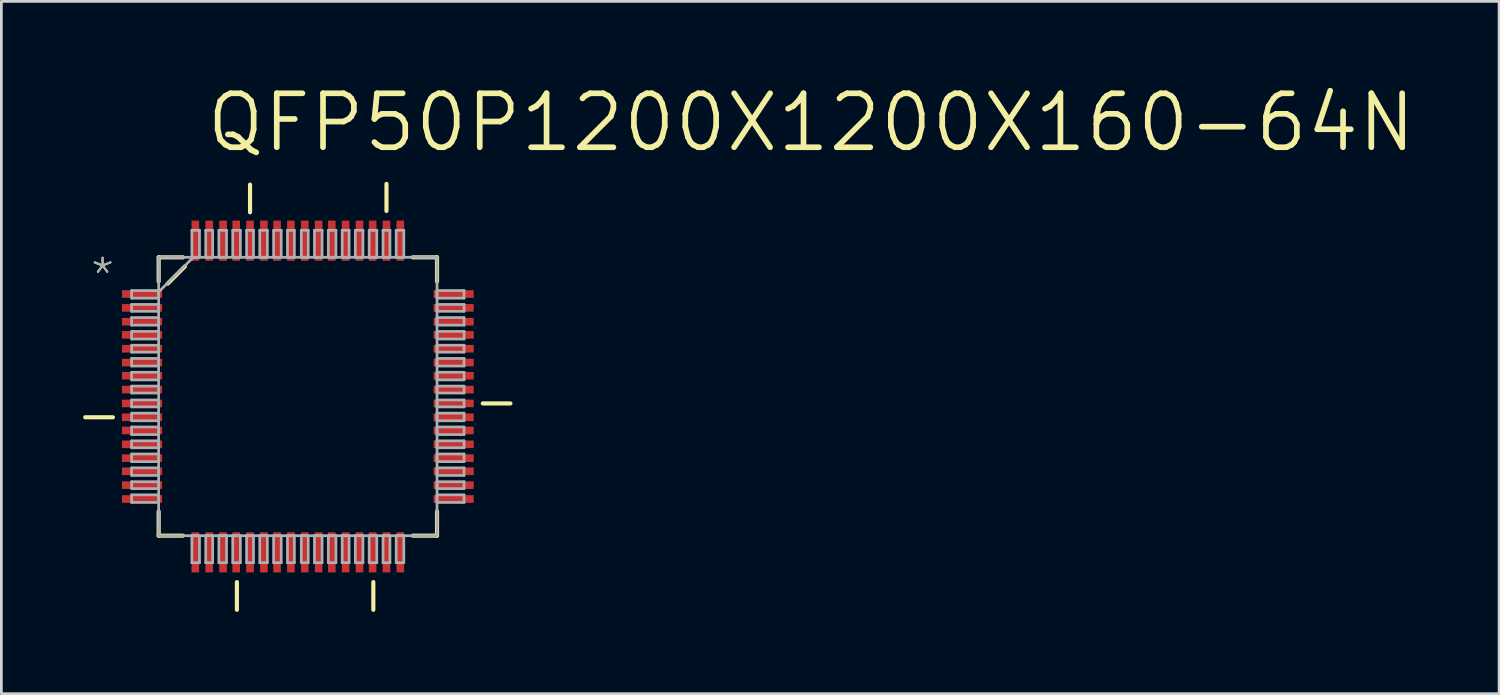
<source format=kicad_pcb>
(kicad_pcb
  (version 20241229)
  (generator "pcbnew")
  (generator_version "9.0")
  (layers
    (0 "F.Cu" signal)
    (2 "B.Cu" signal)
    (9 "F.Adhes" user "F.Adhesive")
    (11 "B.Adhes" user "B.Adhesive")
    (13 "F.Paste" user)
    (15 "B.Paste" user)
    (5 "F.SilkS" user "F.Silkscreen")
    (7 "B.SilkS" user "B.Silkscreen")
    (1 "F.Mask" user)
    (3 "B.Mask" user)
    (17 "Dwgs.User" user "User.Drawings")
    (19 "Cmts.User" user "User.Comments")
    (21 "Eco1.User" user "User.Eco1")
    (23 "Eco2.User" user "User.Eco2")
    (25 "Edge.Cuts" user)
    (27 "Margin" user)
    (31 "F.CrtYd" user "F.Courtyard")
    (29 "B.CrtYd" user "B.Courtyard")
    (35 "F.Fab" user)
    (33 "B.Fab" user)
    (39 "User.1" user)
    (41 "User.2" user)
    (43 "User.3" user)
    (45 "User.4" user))
  (footprint "QFP50P1200X1200X160-64N"
    (layer "F.Cu")
    (at 7.874 11.493)
    (property "Reference" "QFP50P1200X1200X160-64N" (at -3.454 -8.89 0) (layer "F.SilkS") (effects (font (size 1.979 1.979) (thickness 0.208)) (justify left bottom)))
    (attr through_hole)
    (fp_line (start -6.782 0.762) (end -7.798 0.762) (stroke (width 0.152) (type solid)) (layer "F.SilkS"))
    (fp_line (start -5.105 -5.105) (end -5.105 -4.216) (stroke (width 0.152) (type solid)) (layer "F.SilkS"))
    (fp_line (start -5.105 4.216) (end -5.105 5.105) (stroke (width 0.152) (type solid)) (layer "F.SilkS"))
    (fp_line (start -5.105 5.105) (end -4.216 5.105) (stroke (width 0.152) (type solid)) (layer "F.SilkS"))
    (fp_line (start -4.775 -4.14) (end -4.14 -4.775) (stroke (width 0.152) (type solid)) (layer "F.SilkS"))
    (fp_line (start -4.216 -5.105) (end -5.105 -5.105) (stroke (width 0.152) (type solid)) (layer "F.SilkS"))
    (fp_line (start -2.235 6.807) (end -2.235 7.823) (stroke (width 0.152) (type solid)) (layer "F.SilkS"))
    (fp_line (start -1.753 -6.756) (end -1.753 -7.772) (stroke (width 0.152) (type solid)) (layer "F.SilkS"))
    (fp_line (start 2.769 6.807) (end 2.769 7.823) (stroke (width 0.152) (type solid)) (layer "F.SilkS"))
    (fp_line (start 3.251 -6.807) (end 3.251 -7.798) (stroke (width 0.152) (type solid)) (layer "F.SilkS"))
    (fp_line (start 4.216 5.105) (end 5.105 5.105) (stroke (width 0.152) (type solid)) (layer "F.SilkS"))
    (fp_line (start 5.105 -5.105) (end 4.216 -5.105) (stroke (width 0.152) (type solid)) (layer "F.SilkS"))
    (fp_line (start 5.105 -4.216) (end 5.105 -5.105) (stroke (width 0.152) (type solid)) (layer "F.SilkS"))
    (fp_line (start 5.105 5.105) (end 5.105 4.216) (stroke (width 0.152) (type solid)) (layer "F.SilkS"))
    (fp_line (start 6.782 0.254) (end 7.798 0.254) (stroke (width 0.152) (type solid)) (layer "F.SilkS"))
    (fp_line (start -6.096 -3.886) (end -6.096 -3.607) (stroke (width 0.1) (type solid)) (layer "F.Fab"))
    (fp_line (start -6.096 -3.607) (end -5.105 -3.607) (stroke (width 0.1) (type solid)) (layer "F.Fab"))
    (fp_line (start -6.096 -3.378) (end -6.096 -3.124) (stroke (width 0.1) (type solid)) (layer "F.Fab"))
    (fp_line (start -6.096 -3.124) (end -5.105 -3.124) (stroke (width 0.1) (type solid)) (layer "F.Fab"))
    (fp_line (start -6.096 -2.896) (end -6.096 -2.616) (stroke (width 0.1) (type solid)) (layer "F.Fab"))
    (fp_line (start -6.096 -2.616) (end -5.105 -2.616) (stroke (width 0.1) (type solid)) (layer "F.Fab"))
    (fp_line (start -6.096 -2.388) (end -6.096 -2.108) (stroke (width 0.1) (type solid)) (layer "F.Fab"))
    (fp_line (start -6.096 -2.108) (end -5.105 -2.108) (stroke (width 0.1) (type solid)) (layer "F.Fab"))
    (fp_line (start -6.096 -1.88) (end -6.096 -1.626) (stroke (width 0.1) (type solid)) (layer "F.Fab"))
    (fp_line (start -6.096 -1.626) (end -5.105 -1.626) (stroke (width 0.1) (type solid)) (layer "F.Fab"))
    (fp_line (start -6.096 -1.397) (end -6.096 -1.118) (stroke (width 0.1) (type solid)) (layer "F.Fab"))
    (fp_line (start -6.096 -1.118) (end -5.105 -1.118) (stroke (width 0.1) (type solid)) (layer "F.Fab"))
    (fp_line (start -6.096 -0.889) (end -6.096 -0.61) (stroke (width 0.1) (type solid)) (layer "F.Fab"))
    (fp_line (start -6.096 -0.61) (end -5.105 -0.61) (stroke (width 0.1) (type solid)) (layer "F.Fab"))
    (fp_line (start -6.096 -0.381) (end -6.096 -0.127) (stroke (width 0.1) (type solid)) (layer "F.Fab"))
    (fp_line (start -6.096 -0.127) (end -5.105 -0.127) (stroke (width 0.1) (type solid)) (layer "F.Fab"))
    (fp_line (start -6.096 0.127) (end -6.096 0.381) (stroke (width 0.1) (type solid)) (layer "F.Fab"))
    (fp_line (start -6.096 0.381) (end -5.105 0.381) (stroke (width 0.1) (type solid)) (layer "F.Fab"))
    (fp_line (start -6.096 0.61) (end -6.096 0.889) (stroke (width 0.1) (type solid)) (layer "F.Fab"))
    (fp_line (start -6.096 0.889) (end -5.105 0.889) (stroke (width 0.1) (type solid)) (layer "F.Fab"))
    (fp_line (start -6.096 1.118) (end -6.096 1.397) (stroke (width 0.1) (type solid)) (layer "F.Fab"))
    (fp_line (start -6.096 1.397) (end -5.105 1.397) (stroke (width 0.1) (type solid)) (layer "F.Fab"))
    (fp_line (start -6.096 1.626) (end -6.096 1.88) (stroke (width 0.1) (type solid)) (layer "F.Fab"))
    (fp_line (start -6.096 1.88) (end -5.105 1.88) (stroke (width 0.1) (type solid)) (layer "F.Fab"))
    (fp_line (start -6.096 2.108) (end -6.096 2.388) (stroke (width 0.1) (type solid)) (layer "F.Fab"))
    (fp_line (start -6.096 2.388) (end -5.105 2.388) (stroke (width 0.1) (type solid)) (layer "F.Fab"))
    (fp_line (start -6.096 2.616) (end -6.096 2.896) (stroke (width 0.1) (type solid)) (layer "F.Fab"))
    (fp_line (start -6.096 2.896) (end -5.105 2.896) (stroke (width 0.1) (type solid)) (layer "F.Fab"))
    (fp_line (start -6.096 3.124) (end -6.096 3.378) (stroke (width 0.1) (type solid)) (layer "F.Fab"))
    (fp_line (start -6.096 3.378) (end -5.105 3.378) (stroke (width 0.1) (type solid)) (layer "F.Fab"))
    (fp_line (start -6.096 3.607) (end -6.096 3.886) (stroke (width 0.1) (type solid)) (layer "F.Fab"))
    (fp_line (start -6.096 3.886) (end -5.105 3.886) (stroke (width 0.1) (type solid)) (layer "F.Fab"))
    (fp_line (start -5.105 -5.105) (end -5.105 5.105) (stroke (width 0.1) (type solid)) (layer "F.Fab"))
    (fp_line (start -5.105 -3.886) (end -6.096 -3.886) (stroke (width 0.1) (type solid)) (layer "F.Fab"))
    (fp_line (start -5.105 -3.835) (end -5.105 -3.886) (stroke (width 0.1) (type solid)) (layer "F.Fab"))
    (fp_line (start -5.105 -3.835) (end -3.835 -5.105) (stroke (width 0.1) (type solid)) (layer "F.Fab"))
    (fp_line (start -5.105 -3.607) (end -5.105 -3.835) (stroke (width 0.1) (type solid)) (layer "F.Fab"))
    (fp_line (start -5.105 -3.378) (end -6.096 -3.378) (stroke (width 0.1) (type solid)) (layer "F.Fab"))
    (fp_line (start -5.105 -3.124) (end -5.105 -3.378) (stroke (width 0.1) (type solid)) (layer "F.Fab"))
    (fp_line (start -5.105 -2.896) (end -6.096 -2.896) (stroke (width 0.1) (type solid)) (layer "F.Fab"))
    (fp_line (start -5.105 -2.616) (end -5.105 -2.896) (stroke (width 0.1) (type solid)) (layer "F.Fab"))
    (fp_line (start -5.105 -2.388) (end -6.096 -2.388) (stroke (width 0.1) (type solid)) (layer "F.Fab"))
    (fp_line (start -5.105 -2.108) (end -5.105 -2.388) (stroke (width 0.1) (type solid)) (layer "F.Fab"))
    (fp_line (start -5.105 -1.88) (end -6.096 -1.88) (stroke (width 0.1) (type solid)) (layer "F.Fab"))
    (fp_line (start -5.105 -1.626) (end -5.105 -1.88) (stroke (width 0.1) (type solid)) (layer "F.Fab"))
    (fp_line (start -5.105 -1.397) (end -6.096 -1.397) (stroke (width 0.1) (type solid)) (layer "F.Fab"))
    (fp_line (start -5.105 -1.118) (end -5.105 -1.397) (stroke (width 0.1) (type solid)) (layer "F.Fab"))
    (fp_line (start -5.105 -0.889) (end -6.096 -0.889) (stroke (width 0.1) (type solid)) (layer "F.Fab"))
    (fp_line (start -5.105 -0.61) (end -5.105 -0.889) (stroke (width 0.1) (type solid)) (layer "F.Fab"))
    (fp_line (start -5.105 -0.381) (end -6.096 -0.381) (stroke (width 0.1) (type solid)) (layer "F.Fab"))
    (fp_line (start -5.105 -0.127) (end -5.105 -0.381) (stroke (width 0.1) (type solid)) (layer "F.Fab"))
    (fp_line (start -5.105 0.127) (end -6.096 0.127) (stroke (width 0.1) (type solid)) (layer "F.Fab"))
    (fp_line (start -5.105 0.381) (end -5.105 0.127) (stroke (width 0.1) (type solid)) (layer "F.Fab"))
    (fp_line (start -5.105 0.61) (end -6.096 0.61) (stroke (width 0.1) (type solid)) (layer "F.Fab"))
    (fp_line (start -5.105 0.889) (end -5.105 0.61) (stroke (width 0.1) (type solid)) (layer "F.Fab"))
    (fp_line (start -5.105 1.118) (end -6.096 1.118) (stroke (width 0.1) (type solid)) (layer "F.Fab"))
    (fp_line (start -5.105 1.397) (end -5.105 1.118) (stroke (width 0.1) (type solid)) (layer "F.Fab"))
    (fp_line (start -5.105 1.626) (end -6.096 1.626) (stroke (width 0.1) (type solid)) (layer "F.Fab"))
    (fp_line (start -5.105 1.88) (end -5.105 1.626) (stroke (width 0.1) (type solid)) (layer "F.Fab"))
    (fp_line (start -5.105 2.108) (end -6.096 2.108) (stroke (width 0.1) (type solid)) (layer "F.Fab"))
    (fp_line (start -5.105 2.388) (end -5.105 2.108) (stroke (width 0.1) (type solid)) (layer "F.Fab"))
    (fp_line (start -5.105 2.616) (end -6.096 2.616) (stroke (width 0.1) (type solid)) (layer "F.Fab"))
    (fp_line (start -5.105 2.896) (end -5.105 2.616) (stroke (width 0.1) (type solid)) (layer "F.Fab"))
    (fp_line (start -5.105 3.124) (end -6.096 3.124) (stroke (width 0.1) (type solid)) (layer "F.Fab"))
    (fp_line (start -5.105 3.378) (end -5.105 3.124) (stroke (width 0.1) (type solid)) (layer "F.Fab"))
    (fp_line (start -5.105 3.607) (end -6.096 3.607) (stroke (width 0.1) (type solid)) (layer "F.Fab"))
    (fp_line (start -5.105 3.886) (end -5.105 3.607) (stroke (width 0.1) (type solid)) (layer "F.Fab"))
    (fp_line (start -5.105 5.105) (end 5.105 5.105) (stroke (width 0.1) (type solid)) (layer "F.Fab"))
    (fp_line (start -3.886 -6.096) (end -3.886 -5.105) (stroke (width 0.1) (type solid)) (layer "F.Fab"))
    (fp_line (start -3.886 -5.105) (end -3.835 -5.105) (stroke (width 0.1) (type solid)) (layer "F.Fab"))
    (fp_line (start -3.886 5.105) (end -3.886 6.096) (stroke (width 0.1) (type solid)) (layer "F.Fab"))
    (fp_line (start -3.886 6.096) (end -3.607 6.096) (stroke (width 0.1) (type solid)) (layer "F.Fab"))
    (fp_line (start -3.835 -5.105) (end -3.607 -5.105) (stroke (width 0.1) (type solid)) (layer "F.Fab"))
    (fp_line (start -3.607 -6.096) (end -3.886 -6.096) (stroke (width 0.1) (type solid)) (layer "F.Fab"))
    (fp_line (start -3.607 -5.105) (end -3.607 -6.096) (stroke (width 0.1) (type solid)) (layer "F.Fab"))
    (fp_line (start -3.607 5.105) (end -3.886 5.105) (stroke (width 0.1) (type solid)) (layer "F.Fab"))
    (fp_line (start -3.607 6.096) (end -3.607 5.105) (stroke (width 0.1) (type solid)) (layer "F.Fab"))
    (fp_line (start -3.378 -6.096) (end -3.378 -5.105) (stroke (width 0.1) (type solid)) (layer "F.Fab"))
    (fp_line (start -3.378 -5.105) (end -3.124 -5.105) (stroke (width 0.1) (type solid)) (layer "F.Fab"))
    (fp_line (start -3.378 5.105) (end -3.378 6.096) (stroke (width 0.1) (type solid)) (layer "F.Fab"))
    (fp_line (start -3.378 6.096) (end -3.124 6.096) (stroke (width 0.1) (type solid)) (layer "F.Fab"))
    (fp_line (start -3.124 -6.096) (end -3.378 -6.096) (stroke (width 0.1) (type solid)) (layer "F.Fab"))
    (fp_line (start -3.124 -5.105) (end -3.124 -6.096) (stroke (width 0.1) (type solid)) (layer "F.Fab"))
    (fp_line (start -3.124 5.105) (end -3.378 5.105) (stroke (width 0.1) (type solid)) (layer "F.Fab"))
    (fp_line (start -3.124 6.096) (end -3.124 5.105) (stroke (width 0.1) (type solid)) (layer "F.Fab"))
    (fp_line (start -2.896 -6.096) (end -2.896 -5.105) (stroke (width 0.1) (type solid)) (layer "F.Fab"))
    (fp_line (start -2.896 -5.105) (end -2.616 -5.105) (stroke (width 0.1) (type solid)) (layer "F.Fab"))
    (fp_line (start -2.896 5.105) (end -2.896 6.096) (stroke (width 0.1) (type solid)) (layer "F.Fab"))
    (fp_line (start -2.896 6.096) (end -2.616 6.096) (stroke (width 0.1) (type solid)) (layer "F.Fab"))
    (fp_line (start -2.616 -6.096) (end -2.896 -6.096) (stroke (width 0.1) (type solid)) (layer "F.Fab"))
    (fp_line (start -2.616 -5.105) (end -2.616 -6.096) (stroke (width 0.1) (type solid)) (layer "F.Fab"))
    (fp_line (start -2.616 5.105) (end -2.896 5.105) (stroke (width 0.1) (type solid)) (layer "F.Fab"))
    (fp_line (start -2.616 6.096) (end -2.616 5.105) (stroke (width 0.1) (type solid)) (layer "F.Fab"))
    (fp_line (start -2.388 -6.096) (end -2.388 -5.105) (stroke (width 0.1) (type solid)) (layer "F.Fab"))
    (fp_line (start -2.388 -5.105) (end -2.108 -5.105) (stroke (width 0.1) (type solid)) (layer "F.Fab"))
    (fp_line (start -2.388 5.105) (end -2.388 6.096) (stroke (width 0.1) (type solid)) (layer "F.Fab"))
    (fp_line (start -2.388 6.096) (end -2.108 6.096) (stroke (width 0.1) (type solid)) (layer "F.Fab"))
    (fp_line (start -2.108 -6.096) (end -2.388 -6.096) (stroke (width 0.1) (type solid)) (layer "F.Fab"))
    (fp_line (start -2.108 -5.105) (end -2.108 -6.096) (stroke (width 0.1) (type solid)) (layer "F.Fab"))
    (fp_line (start -2.108 5.105) (end -2.388 5.105) (stroke (width 0.1) (type solid)) (layer "F.Fab"))
    (fp_line (start -2.108 6.096) (end -2.108 5.105) (stroke (width 0.1) (type solid)) (layer "F.Fab"))
    (fp_line (start -1.88 -6.096) (end -1.88 -5.105) (stroke (width 0.1) (type solid)) (layer "F.Fab"))
    (fp_line (start -1.88 -5.105) (end -1.626 -5.105) (stroke (width 0.1) (type solid)) (layer "F.Fab"))
    (fp_line (start -1.88 5.105) (end -1.88 6.096) (stroke (width 0.1) (type solid)) (layer "F.Fab"))
    (fp_line (start -1.88 6.096) (end -1.626 6.096) (stroke (width 0.1) (type solid)) (layer "F.Fab"))
    (fp_line (start -1.626 -6.096) (end -1.88 -6.096) (stroke (width 0.1) (type solid)) (layer "F.Fab"))
    (fp_line (start -1.626 -5.105) (end -1.626 -6.096) (stroke (width 0.1) (type solid)) (layer "F.Fab"))
    (fp_line (start -1.626 5.105) (end -1.88 5.105) (stroke (width 0.1) (type solid)) (layer "F.Fab"))
    (fp_line (start -1.626 6.096) (end -1.626 5.105) (stroke (width 0.1) (type solid)) (layer "F.Fab"))
    (fp_line (start -1.397 -6.096) (end -1.397 -5.105) (stroke (width 0.1) (type solid)) (layer "F.Fab"))
    (fp_line (start -1.397 -5.105) (end -1.118 -5.105) (stroke (width 0.1) (type solid)) (layer "F.Fab"))
    (fp_line (start -1.397 5.105) (end -1.397 6.096) (stroke (width 0.1) (type solid)) (layer "F.Fab"))
    (fp_line (start -1.397 6.096) (end -1.118 6.096) (stroke (width 0.1) (type solid)) (layer "F.Fab"))
    (fp_line (start -1.118 -6.096) (end -1.397 -6.096) (stroke (width 0.1) (type solid)) (layer "F.Fab"))
    (fp_line (start -1.118 -5.105) (end -1.118 -6.096) (stroke (width 0.1) (type solid)) (layer "F.Fab"))
    (fp_line (start -1.118 5.105) (end -1.397 5.105) (stroke (width 0.1) (type solid)) (layer "F.Fab"))
    (fp_line (start -1.118 6.096) (end -1.118 5.105) (stroke (width 0.1) (type solid)) (layer "F.Fab"))
    (fp_line (start -0.889 -6.096) (end -0.889 -5.105) (stroke (width 0.1) (type solid)) (layer "F.Fab"))
    (fp_line (start -0.889 -5.105) (end -0.61 -5.105) (stroke (width 0.1) (type solid)) (layer "F.Fab"))
    (fp_line (start -0.889 5.105) (end -0.889 6.096) (stroke (width 0.1) (type solid)) (layer "F.Fab"))
    (fp_line (start -0.889 6.096) (end -0.61 6.096) (stroke (width 0.1) (type solid)) (layer "F.Fab"))
    (fp_line (start -0.61 -6.096) (end -0.889 -6.096) (stroke (width 0.1) (type solid)) (layer "F.Fab"))
    (fp_line (start -0.61 -5.105) (end -0.61 -6.096) (stroke (width 0.1) (type solid)) (layer "F.Fab"))
    (fp_line (start -0.61 5.105) (end -0.889 5.105) (stroke (width 0.1) (type solid)) (layer "F.Fab"))
    (fp_line (start -0.61 6.096) (end -0.61 5.105) (stroke (width 0.1) (type solid)) (layer "F.Fab"))
    (fp_line (start -0.381 -6.096) (end -0.381 -5.105) (stroke (width 0.1) (type solid)) (layer "F.Fab"))
    (fp_line (start -0.381 -5.105) (end -0.127 -5.105) (stroke (width 0.1) (type solid)) (layer "F.Fab"))
    (fp_line (start -0.381 5.105) (end -0.381 6.096) (stroke (width 0.1) (type solid)) (layer "F.Fab"))
    (fp_line (start -0.381 6.096) (end -0.127 6.096) (stroke (width 0.1) (type solid)) (layer "F.Fab"))
    (fp_line (start -0.127 -6.096) (end -0.381 -6.096) (stroke (width 0.1) (type solid)) (layer "F.Fab"))
    (fp_line (start -0.127 -5.105) (end -0.127 -6.096) (stroke (width 0.1) (type solid)) (layer "F.Fab"))
    (fp_line (start -0.127 5.105) (end -0.381 5.105) (stroke (width 0.1) (type solid)) (layer "F.Fab"))
    (fp_line (start -0.127 6.096) (end -0.127 5.105) (stroke (width 0.1) (type solid)) (layer "F.Fab"))
    (fp_line (start 0.127 -6.096) (end 0.127 -5.105) (stroke (width 0.1) (type solid)) (layer "F.Fab"))
    (fp_line (start 0.127 -5.105) (end 0.381 -5.105) (stroke (width 0.1) (type solid)) (layer "F.Fab"))
    (fp_line (start 0.127 5.105) (end 0.127 6.096) (stroke (width 0.1) (type solid)) (layer "F.Fab"))
    (fp_line (start 0.127 6.096) (end 0.381 6.096) (stroke (width 0.1) (type solid)) (layer "F.Fab"))
    (fp_line (start 0.381 -6.096) (end 0.127 -6.096) (stroke (width 0.1) (type solid)) (layer "F.Fab"))
    (fp_line (start 0.381 -5.105) (end 0.381 -6.096) (stroke (width 0.1) (type solid)) (layer "F.Fab"))
    (fp_line (start 0.381 5.105) (end 0.127 5.105) (stroke (width 0.1) (type solid)) (layer "F.Fab"))
    (fp_line (start 0.381 6.096) (end 0.381 5.105) (stroke (width 0.1) (type solid)) (layer "F.Fab"))
    (fp_line (start 0.61 -6.096) (end 0.61 -5.105) (stroke (width 0.1) (type solid)) (layer "F.Fab"))
    (fp_line (start 0.61 -5.105) (end 0.889 -5.105) (stroke (width 0.1) (type solid)) (layer "F.Fab"))
    (fp_line (start 0.61 5.105) (end 0.61 6.096) (stroke (width 0.1) (type solid)) (layer "F.Fab"))
    (fp_line (start 0.61 6.096) (end 0.889 6.096) (stroke (width 0.1) (type solid)) (layer "F.Fab"))
    (fp_line (start 0.889 -6.096) (end 0.61 -6.096) (stroke (width 0.1) (type solid)) (layer "F.Fab"))
    (fp_line (start 0.889 -5.105) (end 0.889 -6.096) (stroke (width 0.1) (type solid)) (layer "F.Fab"))
    (fp_line (start 0.889 5.105) (end 0.61 5.105) (stroke (width 0.1) (type solid)) (layer "F.Fab"))
    (fp_line (start 0.889 6.096) (end 0.889 5.105) (stroke (width 0.1) (type solid)) (layer "F.Fab"))
    (fp_line (start 1.118 -6.096) (end 1.118 -5.105) (stroke (width 0.1) (type solid)) (layer "F.Fab"))
    (fp_line (start 1.118 -5.105) (end 1.397 -5.105) (stroke (width 0.1) (type solid)) (layer "F.Fab"))
    (fp_line (start 1.118 5.105) (end 1.118 6.096) (stroke (width 0.1) (type solid)) (layer "F.Fab"))
    (fp_line (start 1.118 6.096) (end 1.397 6.096) (stroke (width 0.1) (type solid)) (layer "F.Fab"))
    (fp_line (start 1.397 -6.096) (end 1.118 -6.096) (stroke (width 0.1) (type solid)) (layer "F.Fab"))
    (fp_line (start 1.397 -5.105) (end 1.397 -6.096) (stroke (width 0.1) (type solid)) (layer "F.Fab"))
    (fp_line (start 1.397 5.105) (end 1.118 5.105) (stroke (width 0.1) (type solid)) (layer "F.Fab"))
    (fp_line (start 1.397 6.096) (end 1.397 5.105) (stroke (width 0.1) (type solid)) (layer "F.Fab"))
    (fp_line (start 1.626 -6.096) (end 1.626 -5.105) (stroke (width 0.1) (type solid)) (layer "F.Fab"))
    (fp_line (start 1.626 -5.105) (end 1.88 -5.105) (stroke (width 0.1) (type solid)) (layer "F.Fab"))
    (fp_line (start 1.626 5.105) (end 1.626 6.096) (stroke (width 0.1) (type solid)) (layer "F.Fab"))
    (fp_line (start 1.626 6.096) (end 1.88 6.096) (stroke (width 0.1) (type solid)) (layer "F.Fab"))
    (fp_line (start 1.88 -6.096) (end 1.626 -6.096) (stroke (width 0.1) (type solid)) (layer "F.Fab"))
    (fp_line (start 1.88 -5.105) (end 1.88 -6.096) (stroke (width 0.1) (type solid)) (layer "F.Fab"))
    (fp_line (start 1.88 5.105) (end 1.626 5.105) (stroke (width 0.1) (type solid)) (layer "F.Fab"))
    (fp_line (start 1.88 6.096) (end 1.88 5.105) (stroke (width 0.1) (type solid)) (layer "F.Fab"))
    (fp_line (start 2.108 -6.096) (end 2.108 -5.105) (stroke (width 0.1) (type solid)) (layer "F.Fab"))
    (fp_line (start 2.108 -5.105) (end 2.388 -5.105) (stroke (width 0.1) (type solid)) (layer "F.Fab"))
    (fp_line (start 2.108 5.105) (end 2.108 6.096) (stroke (width 0.1) (type solid)) (layer "F.Fab"))
    (fp_line (start 2.108 6.096) (end 2.388 6.096) (stroke (width 0.1) (type solid)) (layer "F.Fab"))
    (fp_line (start 2.388 -6.096) (end 2.108 -6.096) (stroke (width 0.1) (type solid)) (layer "F.Fab"))
    (fp_line (start 2.388 -5.105) (end 2.388 -6.096) (stroke (width 0.1) (type solid)) (layer "F.Fab"))
    (fp_line (start 2.388 5.105) (end 2.108 5.105) (stroke (width 0.1) (type solid)) (layer "F.Fab"))
    (fp_line (start 2.388 6.096) (end 2.388 5.105) (stroke (width 0.1) (type solid)) (layer "F.Fab"))
    (fp_line (start 2.616 -6.096) (end 2.616 -5.105) (stroke (width 0.1) (type solid)) (layer "F.Fab"))
    (fp_line (start 2.616 -5.105) (end 2.896 -5.105) (stroke (width 0.1) (type solid)) (layer "F.Fab"))
    (fp_line (start 2.616 5.105) (end 2.616 6.096) (stroke (width 0.1) (type solid)) (layer "F.Fab"))
    (fp_line (start 2.616 6.096) (end 2.896 6.096) (stroke (width 0.1) (type solid)) (layer "F.Fab"))
    (fp_line (start 2.896 -6.096) (end 2.616 -6.096) (stroke (width 0.1) (type solid)) (layer "F.Fab"))
    (fp_line (start 2.896 -5.105) (end 2.896 -6.096) (stroke (width 0.1) (type solid)) (layer "F.Fab"))
    (fp_line (start 2.896 5.105) (end 2.616 5.105) (stroke (width 0.1) (type solid)) (layer "F.Fab"))
    (fp_line (start 2.896 6.096) (end 2.896 5.105) (stroke (width 0.1) (type solid)) (layer "F.Fab"))
    (fp_line (start 3.124 -6.096) (end 3.124 -5.105) (stroke (width 0.1) (type solid)) (layer "F.Fab"))
    (fp_line (start 3.124 -5.105) (end 3.378 -5.105) (stroke (width 0.1) (type solid)) (layer "F.Fab"))
    (fp_line (start 3.124 5.105) (end 3.124 6.096) (stroke (width 0.1) (type solid)) (layer "F.Fab"))
    (fp_line (start 3.124 6.096) (end 3.378 6.096) (stroke (width 0.1) (type solid)) (layer "F.Fab"))
    (fp_line (start 3.378 -6.096) (end 3.124 -6.096) (stroke (width 0.1) (type solid)) (layer "F.Fab"))
    (fp_line (start 3.378 -5.105) (end 3.378 -6.096) (stroke (width 0.1) (type solid)) (layer "F.Fab"))
    (fp_line (start 3.378 5.105) (end 3.124 5.105) (stroke (width 0.1) (type solid)) (layer "F.Fab"))
    (fp_line (start 3.378 6.096) (end 3.378 5.105) (stroke (width 0.1) (type solid)) (layer "F.Fab"))
    (fp_line (start 3.607 -6.096) (end 3.607 -5.105) (stroke (width 0.1) (type solid)) (layer "F.Fab"))
    (fp_line (start 3.607 -5.105) (end 3.886 -5.105) (stroke (width 0.1) (type solid)) (layer "F.Fab"))
    (fp_line (start 3.607 5.105) (end 3.607 6.096) (stroke (width 0.1) (type solid)) (layer "F.Fab"))
    (fp_line (start 3.607 6.096) (end 3.886 6.096) (stroke (width 0.1) (type solid)) (layer "F.Fab"))
    (fp_line (start 3.886 -6.096) (end 3.607 -6.096) (stroke (width 0.1) (type solid)) (layer "F.Fab"))
    (fp_line (start 3.886 -5.105) (end 3.886 -6.096) (stroke (width 0.1) (type solid)) (layer "F.Fab"))
    (fp_line (start 3.886 5.105) (end 3.607 5.105) (stroke (width 0.1) (type solid)) (layer "F.Fab"))
    (fp_line (start 3.886 6.096) (end 3.886 5.105) (stroke (width 0.1) (type solid)) (layer "F.Fab"))
    (fp_line (start 5.105 -5.105) (end -5.105 -5.105) (stroke (width 0.1) (type solid)) (layer "F.Fab"))
    (fp_line (start 5.105 -3.886) (end 5.105 -3.607) (stroke (width 0.1) (type solid)) (layer "F.Fab"))
    (fp_line (start 5.105 -3.607) (end 6.096 -3.607) (stroke (width 0.1) (type solid)) (layer "F.Fab"))
    (fp_line (start 5.105 -3.378) (end 5.105 -3.124) (stroke (width 0.1) (type solid)) (layer "F.Fab"))
    (fp_line (start 5.105 -3.124) (end 6.096 -3.124) (stroke (width 0.1) (type solid)) (layer "F.Fab"))
    (fp_line (start 5.105 -2.896) (end 5.105 -2.616) (stroke (width 0.1) (type solid)) (layer "F.Fab"))
    (fp_line (start 5.105 -2.616) (end 6.096 -2.616) (stroke (width 0.1) (type solid)) (layer "F.Fab"))
    (fp_line (start 5.105 -2.388) (end 5.105 -2.108) (stroke (width 0.1) (type solid)) (layer "F.Fab"))
    (fp_line (start 5.105 -2.108) (end 6.096 -2.108) (stroke (width 0.1) (type solid)) (layer "F.Fab"))
    (fp_line (start 5.105 -1.88) (end 5.105 -1.626) (stroke (width 0.1) (type solid)) (layer "F.Fab"))
    (fp_line (start 5.105 -1.626) (end 6.096 -1.626) (stroke (width 0.1) (type solid)) (layer "F.Fab"))
    (fp_line (start 5.105 -1.397) (end 5.105 -1.118) (stroke (width 0.1) (type solid)) (layer "F.Fab"))
    (fp_line (start 5.105 -1.118) (end 6.096 -1.118) (stroke (width 0.1) (type solid)) (layer "F.Fab"))
    (fp_line (start 5.105 -0.889) (end 5.105 -0.61) (stroke (width 0.1) (type solid)) (layer "F.Fab"))
    (fp_line (start 5.105 -0.61) (end 6.096 -0.61) (stroke (width 0.1) (type solid)) (layer "F.Fab"))
    (fp_line (start 5.105 -0.381) (end 5.105 -0.127) (stroke (width 0.1) (type solid)) (layer "F.Fab"))
    (fp_line (start 5.105 -0.127) (end 6.096 -0.127) (stroke (width 0.1) (type solid)) (layer "F.Fab"))
    (fp_line (start 5.105 0.127) (end 5.105 0.381) (stroke (width 0.1) (type solid)) (layer "F.Fab"))
    (fp_line (start 5.105 0.381) (end 6.096 0.381) (stroke (width 0.1) (type solid)) (layer "F.Fab"))
    (fp_line (start 5.105 0.61) (end 5.105 0.889) (stroke (width 0.1) (type solid)) (layer "F.Fab"))
    (fp_line (start 5.105 0.889) (end 6.096 0.889) (stroke (width 0.1) (type solid)) (layer "F.Fab"))
    (fp_line (start 5.105 1.118) (end 5.105 1.397) (stroke (width 0.1) (type solid)) (layer "F.Fab"))
    (fp_line (start 5.105 1.397) (end 6.096 1.397) (stroke (width 0.1) (type solid)) (layer "F.Fab"))
    (fp_line (start 5.105 1.626) (end 5.105 1.88) (stroke (width 0.1) (type solid)) (layer "F.Fab"))
    (fp_line (start 5.105 1.88) (end 6.096 1.88) (stroke (width 0.1) (type solid)) (layer "F.Fab"))
    (fp_line (start 5.105 2.108) (end 5.105 2.388) (stroke (width 0.1) (type solid)) (layer "F.Fab"))
    (fp_line (start 5.105 2.388) (end 6.096 2.388) (stroke (width 0.1) (type solid)) (layer "F.Fab"))
    (fp_line (start 5.105 2.616) (end 5.105 2.896) (stroke (width 0.1) (type solid)) (layer "F.Fab"))
    (fp_line (start 5.105 2.896) (end 6.096 2.896) (stroke (width 0.1) (type solid)) (layer "F.Fab"))
    (fp_line (start 5.105 3.124) (end 5.105 3.378) (stroke (width 0.1) (type solid)) (layer "F.Fab"))
    (fp_line (start 5.105 3.378) (end 6.096 3.378) (stroke (width 0.1) (type solid)) (layer "F.Fab"))
    (fp_line (start 5.105 3.607) (end 5.105 3.886) (stroke (width 0.1) (type solid)) (layer "F.Fab"))
    (fp_line (start 5.105 3.886) (end 6.096 3.886) (stroke (width 0.1) (type solid)) (layer "F.Fab"))
    (fp_line (start 5.105 5.105) (end 5.105 -5.105) (stroke (width 0.1) (type solid)) (layer "F.Fab"))
    (fp_line (start 6.096 -3.886) (end 5.105 -3.886) (stroke (width 0.1) (type solid)) (layer "F.Fab"))
    (fp_line (start 6.096 -3.607) (end 6.096 -3.886) (stroke (width 0.1) (type solid)) (layer "F.Fab"))
    (fp_line (start 6.096 -3.378) (end 5.105 -3.378) (stroke (width 0.1) (type solid)) (layer "F.Fab"))
    (fp_line (start 6.096 -3.124) (end 6.096 -3.378) (stroke (width 0.1) (type solid)) (layer "F.Fab"))
    (fp_line (start 6.096 -2.896) (end 5.105 -2.896) (stroke (width 0.1) (type solid)) (layer "F.Fab"))
    (fp_line (start 6.096 -2.616) (end 6.096 -2.896) (stroke (width 0.1) (type solid)) (layer "F.Fab"))
    (fp_line (start 6.096 -2.388) (end 5.105 -2.388) (stroke (width 0.1) (type solid)) (layer "F.Fab"))
    (fp_line (start 6.096 -2.108) (end 6.096 -2.388) (stroke (width 0.1) (type solid)) (layer "F.Fab"))
    (fp_line (start 6.096 -1.88) (end 5.105 -1.88) (stroke (width 0.1) (type solid)) (layer "F.Fab"))
    (fp_line (start 6.096 -1.626) (end 6.096 -1.88) (stroke (width 0.1) (type solid)) (layer "F.Fab"))
    (fp_line (start 6.096 -1.397) (end 5.105 -1.397) (stroke (width 0.1) (type solid)) (layer "F.Fab"))
    (fp_line (start 6.096 -1.118) (end 6.096 -1.397) (stroke (width 0.1) (type solid)) (layer "F.Fab"))
    (fp_line (start 6.096 -0.889) (end 5.105 -0.889) (stroke (width 0.1) (type solid)) (layer "F.Fab"))
    (fp_line (start 6.096 -0.61) (end 6.096 -0.889) (stroke (width 0.1) (type solid)) (layer "F.Fab"))
    (fp_line (start 6.096 -0.381) (end 5.105 -0.381) (stroke (width 0.1) (type solid)) (layer "F.Fab"))
    (fp_line (start 6.096 -0.127) (end 6.096 -0.381) (stroke (width 0.1) (type solid)) (layer "F.Fab"))
    (fp_line (start 6.096 0.127) (end 5.105 0.127) (stroke (width 0.1) (type solid)) (layer "F.Fab"))
    (fp_line (start 6.096 0.381) (end 6.096 0.127) (stroke (width 0.1) (type solid)) (layer "F.Fab"))
    (fp_line (start 6.096 0.61) (end 5.105 0.61) (stroke (width 0.1) (type solid)) (layer "F.Fab"))
    (fp_line (start 6.096 0.889) (end 6.096 0.61) (stroke (width 0.1) (type solid)) (layer "F.Fab"))
    (fp_line (start 6.096 1.118) (end 5.105 1.118) (stroke (width 0.1) (type solid)) (layer "F.Fab"))
    (fp_line (start 6.096 1.397) (end 6.096 1.118) (stroke (width 0.1) (type solid)) (layer "F.Fab"))
    (fp_line (start 6.096 1.626) (end 5.105 1.626) (stroke (width 0.1) (type solid)) (layer "F.Fab"))
    (fp_line (start 6.096 1.88) (end 6.096 1.626) (stroke (width 0.1) (type solid)) (layer "F.Fab"))
    (fp_line (start 6.096 2.108) (end 5.105 2.108) (stroke (width 0.1) (type solid)) (layer "F.Fab"))
    (fp_line (start 6.096 2.388) (end 6.096 2.108) (stroke (width 0.1) (type solid)) (layer "F.Fab"))
    (fp_line (start 6.096 2.616) (end 5.105 2.616) (stroke (width 0.1) (type solid)) (layer "F.Fab"))
    (fp_line (start 6.096 2.896) (end 6.096 2.616) (stroke (width 0.1) (type solid)) (layer "F.Fab"))
    (fp_line (start 6.096 3.124) (end 5.105 3.124) (stroke (width 0.1) (type solid)) (layer "F.Fab"))
    (fp_line (start 6.096 3.378) (end 6.096 3.124) (stroke (width 0.1) (type solid)) (layer "F.Fab"))
    (fp_line (start 6.096 3.607) (end 5.105 3.607) (stroke (width 0.1) (type solid)) (layer "F.Fab"))
    (fp_line (start 6.096 3.886) (end 6.096 3.607) (stroke (width 0.1) (type solid)) (layer "F.Fab"))
    (fp_text user "*" (at -7.671 -3.734 0) (layer "F.SilkS") (effects (font (size 1.206 1.206) (thickness 0.076)) (justify left bottom)))
    (fp_text user "*" (at -7.671 -3.734 0) (layer "F.Fab") (effects (font (size 1.206 1.206) (thickness 0.076)) (justify left bottom)))
    (pad "1" smd rect (at -5.715 -3.759 270) (size 0.279 1.473) (layers "F.Cu" "F.Mask" "F.Paste"))
    (pad "2" smd rect (at -5.715 -3.251 270) (size 0.279 1.473) (layers "F.Cu" "F.Mask" "F.Paste"))
    (pad "3" smd rect (at -5.715 -2.743 270) (size 0.279 1.473) (layers "F.Cu" "F.Mask" "F.Paste"))
    (pad "4" smd rect (at -5.715 -2.261 270) (size 0.279 1.473) (layers "F.Cu" "F.Mask" "F.Paste"))
    (pad "5" smd rect (at -5.715 -1.753 270) (size 0.279 1.473) (layers "F.Cu" "F.Mask" "F.Paste"))
    (pad "6" smd rect (at -5.715 -1.245 270) (size 0.279 1.473) (layers "F.Cu" "F.Mask" "F.Paste"))
    (pad "7" smd rect (at -5.715 -0.762 270) (size 0.279 1.473) (layers "F.Cu" "F.Mask" "F.Paste"))
    (pad "8" smd rect (at -5.715 -0.254 270) (size 0.279 1.473) (layers "F.Cu" "F.Mask" "F.Paste"))
    (pad "9" smd rect (at -5.715 0.254 270) (size 0.279 1.473) (layers "F.Cu" "F.Mask" "F.Paste"))
    (pad "10" smd rect (at -5.715 0.762 270) (size 0.279 1.473) (layers "F.Cu" "F.Mask" "F.Paste"))
    (pad "11" smd rect (at -5.715 1.245 270) (size 0.279 1.473) (layers "F.Cu" "F.Mask" "F.Paste"))
    (pad "12" smd rect (at -5.715 1.753 270) (size 0.279 1.473) (layers "F.Cu" "F.Mask" "F.Paste"))
    (pad "13" smd rect (at -5.715 2.261 270) (size 0.279 1.473) (layers "F.Cu" "F.Mask" "F.Paste"))
    (pad "14" smd rect (at -5.715 2.743 270) (size 0.279 1.473) (layers "F.Cu" "F.Mask" "F.Paste"))
    (pad "15" smd rect (at -5.715 3.251 270) (size 0.279 1.473) (layers "F.Cu" "F.Mask" "F.Paste"))
    (pad "16" smd rect (at -5.715 3.759 270) (size 0.279 1.473) (layers "F.Cu" "F.Mask" "F.Paste"))
    (pad "17" smd rect (at -3.759 5.715 180) (size 0.279 1.473) (layers "F.Cu" "F.Mask" "F.Paste"))
    (pad "18" smd rect (at -3.251 5.715 180) (size 0.279 1.473) (layers "F.Cu" "F.Mask" "F.Paste"))
    (pad "19" smd rect (at -2.743 5.715 180) (size 0.279 1.473) (layers "F.Cu" "F.Mask" "F.Paste"))
    (pad "20" smd rect (at -2.261 5.715 180) (size 0.279 1.473) (layers "F.Cu" "F.Mask" "F.Paste"))
    (pad "21" smd rect (at -1.753 5.715 180) (size 0.279 1.473) (layers "F.Cu" "F.Mask" "F.Paste"))
    (pad "22" smd rect (at -1.245 5.715 180) (size 0.279 1.473) (layers "F.Cu" "F.Mask" "F.Paste"))
    (pad "23" smd rect (at -0.762 5.715 180) (size 0.279 1.473) (layers "F.Cu" "F.Mask" "F.Paste"))
    (pad "24" smd rect (at -0.254 5.715 180) (size 0.279 1.473) (layers "F.Cu" "F.Mask" "F.Paste"))
    (pad "25" smd rect (at 0.254 5.715 180) (size 0.279 1.473) (layers "F.Cu" "F.Mask" "F.Paste"))
    (pad "26" smd rect (at 0.762 5.715 180) (size 0.279 1.473) (layers "F.Cu" "F.Mask" "F.Paste"))
    (pad "27" smd rect (at 1.245 5.715 180) (size 0.279 1.473) (layers "F.Cu" "F.Mask" "F.Paste"))
    (pad "28" smd rect (at 1.753 5.715 180) (size 0.279 1.473) (layers "F.Cu" "F.Mask" "F.Paste"))
    (pad "29" smd rect (at 2.261 5.715 180) (size 0.279 1.473) (layers "F.Cu" "F.Mask" "F.Paste"))
    (pad "30" smd rect (at 2.743 5.715 180) (size 0.279 1.473) (layers "F.Cu" "F.Mask" "F.Paste"))
    (pad "31" smd rect (at 3.251 5.715 180) (size 0.279 1.473) (layers "F.Cu" "F.Mask" "F.Paste"))
    (pad "32" smd rect (at 3.759 5.715 180) (size 0.279 1.473) (layers "F.Cu" "F.Mask" "F.Paste"))
    (pad "33" smd rect (at 5.715 3.759 270) (size 0.279 1.473) (layers "F.Cu" "F.Mask" "F.Paste"))
    (pad "34" smd rect (at 5.715 3.251 270) (size 0.279 1.473) (layers "F.Cu" "F.Mask" "F.Paste"))
    (pad "35" smd rect (at 5.715 2.743 270) (size 0.279 1.473) (layers "F.Cu" "F.Mask" "F.Paste"))
    (pad "36" smd rect (at 5.715 2.261 270) (size 0.279 1.473) (layers "F.Cu" "F.Mask" "F.Paste"))
    (pad "37" smd rect (at 5.715 1.753 270) (size 0.279 1.473) (layers "F.Cu" "F.Mask" "F.Paste"))
    (pad "38" smd rect (at 5.715 1.245 270) (size 0.279 1.473) (layers "F.Cu" "F.Mask" "F.Paste"))
    (pad "39" smd rect (at 5.715 0.762 270) (size 0.279 1.473) (layers "F.Cu" "F.Mask" "F.Paste"))
    (pad "40" smd rect (at 5.715 0.254 270) (size 0.279 1.473) (layers "F.Cu" "F.Mask" "F.Paste"))
    (pad "41" smd rect (at 5.715 -0.254 270) (size 0.279 1.473) (layers "F.Cu" "F.Mask" "F.Paste"))
    (pad "42" smd rect (at 5.715 -0.762 270) (size 0.279 1.473) (layers "F.Cu" "F.Mask" "F.Paste"))
    (pad "43" smd rect (at 5.715 -1.245 270) (size 0.279 1.473) (layers "F.Cu" "F.Mask" "F.Paste"))
    (pad "44" smd rect (at 5.715 -1.753 270) (size 0.279 1.473) (layers "F.Cu" "F.Mask" "F.Paste"))
    (pad "45" smd rect (at 5.715 -2.261 270) (size 0.279 1.473) (layers "F.Cu" "F.Mask" "F.Paste"))
    (pad "46" smd rect (at 5.715 -2.743 270) (size 0.279 1.473) (layers "F.Cu" "F.Mask" "F.Paste"))
    (pad "47" smd rect (at 5.715 -3.251 270) (size 0.279 1.473) (layers "F.Cu" "F.Mask" "F.Paste"))
    (pad "48" smd rect (at 5.715 -3.759 270) (size 0.279 1.473) (layers "F.Cu" "F.Mask" "F.Paste"))
    (pad "49" smd rect (at 3.759 -5.715 180) (size 0.279 1.473) (layers "F.Cu" "F.Mask" "F.Paste"))
    (pad "50" smd rect (at 3.251 -5.715 180) (size 0.279 1.473) (layers "F.Cu" "F.Mask" "F.Paste"))
    (pad "51" smd rect (at 2.743 -5.715 180) (size 0.279 1.473) (layers "F.Cu" "F.Mask" "F.Paste"))
    (pad "52" smd rect (at 2.261 -5.715 180) (size 0.279 1.473) (layers "F.Cu" "F.Mask" "F.Paste"))
    (pad "53" smd rect (at 1.753 -5.715 180) (size 0.279 1.473) (layers "F.Cu" "F.Mask" "F.Paste"))
    (pad "54" smd rect (at 1.245 -5.715 180) (size 0.279 1.473) (layers "F.Cu" "F.Mask" "F.Paste"))
    (pad "55" smd rect (at 0.762 -5.715 180) (size 0.279 1.473) (layers "F.Cu" "F.Mask" "F.Paste"))
    (pad "56" smd rect (at 0.254 -5.715 180) (size 0.279 1.473) (layers "F.Cu" "F.Mask" "F.Paste"))
    (pad "57" smd rect (at -0.254 -5.715 180) (size 0.279 1.473) (layers "F.Cu" "F.Mask" "F.Paste"))
    (pad "58" smd rect (at -0.762 -5.715 180) (size 0.279 1.473) (layers "F.Cu" "F.Mask" "F.Paste"))
    (pad "59" smd rect (at -1.245 -5.715 180) (size 0.279 1.473) (layers "F.Cu" "F.Mask" "F.Paste"))
    (pad "60" smd rect (at -1.753 -5.715 180) (size 0.279 1.473) (layers "F.Cu" "F.Mask" "F.Paste"))
    (pad "61" smd rect (at -2.261 -5.715 180) (size 0.279 1.473) (layers "F.Cu" "F.Mask" "F.Paste"))
    (pad "62" smd rect (at -2.743 -5.715 180) (size 0.279 1.473) (layers "F.Cu" "F.Mask" "F.Paste"))
    (pad "63" smd rect (at -3.251 -5.715 180) (size 0.279 1.473) (layers "F.Cu" "F.Mask" "F.Paste"))
    (pad "64" smd rect (at -3.759 -5.715 180) (size 0.279 1.473) (layers "F.Cu" "F.Mask" "F.Paste")))
  (gr_rect
    (start -3 -3)
    (end 51.933 22.393)
    (stroke (width 0.1) (type default))
    (fill no)
    (layer "Edge.Cuts")))
</source>
